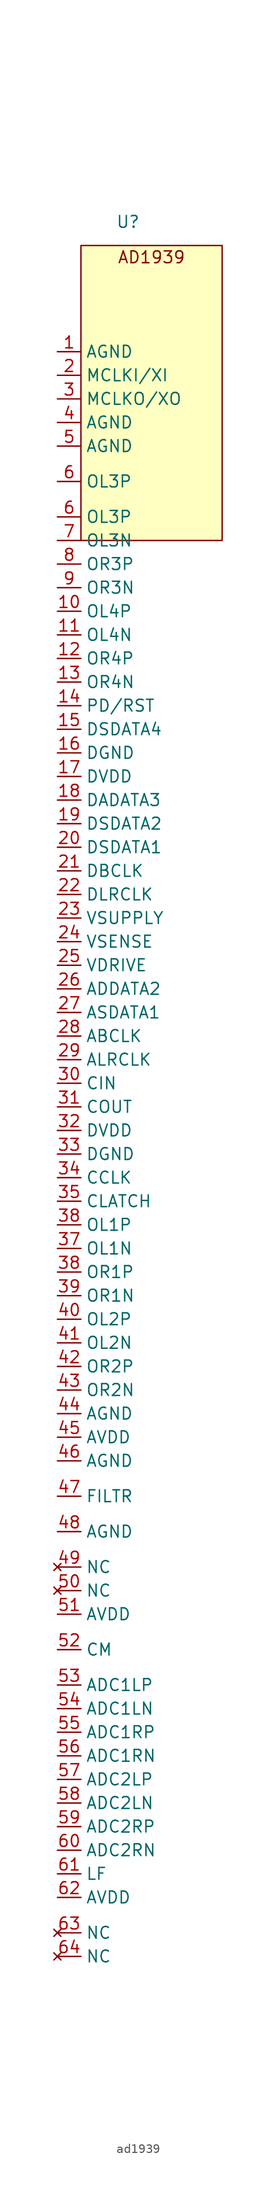
<source format=kicad_sym>
(kicad_symbol_lib
  (version 20220914)
  (generator kicad_symbol_editor)
  (symbol "ad1939"
    (property "Reference" "U"
      (at 0 0 0)
      (effects (font (size 1.27 1.27))))
    (property "Value" ""
      (at 0 0 0)
      (effects (font (size 1.27 1.27))))
    (symbol "ad1939_1_1"
      (rectangle (start -5.08 -2.54) (end 10.16 -34.29) (stroke (width 0) (type default)) (fill (type background)))
      (text "AD1939" (at 2.54 -3.81 0) (effects (font (size 1.27 1.27))))
      (pin input line (at -7.62 -13.97 0) (length 2.54) (name "AGND" (effects (font (size 1.27 1.27)))) (number "1" (effects (font (size 1.27 1.27)))))
      (pin output line (at -7.62 -41.91 0) (length 2.54) (name "OL4P" (effects (font (size 1.27 1.27)))) (number "10" (effects (font (size 1.27 1.27)))))
      (pin output line (at -7.62 -44.45 0) (length 2.54) (name "OL4N" (effects (font (size 1.27 1.27)))) (number "11" (effects (font (size 1.27 1.27)))))
      (pin output line (at -7.62 -46.99 0) (length 2.54) (name "OR4P" (effects (font (size 1.27 1.27)))) (number "12" (effects (font (size 1.27 1.27)))))
      (pin output line (at -7.62 -49.53 0) (length 2.54) (name "OR4N" (effects (font (size 1.27 1.27)))) (number "13" (effects (font (size 1.27 1.27)))))
      (pin input line (at -7.62 -52.07 0) (length 2.54) (name "PD/RST" (effects (font (size 1.27 1.27)))) (number "14" (effects (font (size 1.27 1.27)))))
      (pin bidirectional line (at -7.62 -54.61 0) (length 2.54) (name "DSDATA4" (effects (font (size 1.27 1.27)))) (number "15" (effects (font (size 1.27 1.27)))))
      (pin input line (at -7.62 -57.15 0) (length 2.54) (name "DGND" (effects (font (size 1.27 1.27)))) (number "16" (effects (font (size 1.27 1.27)))))
      (pin input line (at -7.62 -59.69 0) (length 2.54) (name "DVDD" (effects (font (size 1.27 1.27)))) (number "17" (effects (font (size 1.27 1.27)))))
      (pin bidirectional line (at -7.62 -62.23 0) (length 2.54) (name "DADATA3" (effects (font (size 1.27 1.27)))) (number "18" (effects (font (size 1.27 1.27)))))
      (pin bidirectional line (at -7.62 -64.77 0) (length 2.54) (name "DSDATA2" (effects (font (size 1.27 1.27)))) (number "19" (effects (font (size 1.27 1.27)))))
      (pin input line (at -7.62 -16.51 0) (length 2.54) (name "MCLKI/XI" (effects (font (size 1.27 1.27)))) (number "2" (effects (font (size 1.27 1.27)))))
      (pin input line (at -7.62 -67.31 0) (length 2.54) (name "DSDATA1" (effects (font (size 1.27 1.27)))) (number "20" (effects (font (size 1.27 1.27)))))
      (pin bidirectional line (at -7.62 -69.85 0) (length 2.54) (name "DBCLK" (effects (font (size 1.27 1.27)))) (number "21" (effects (font (size 1.27 1.27)))))
      (pin bidirectional line (at -7.62 -72.39 0) (length 2.54) (name "DLRCLK" (effects (font (size 1.27 1.27)))) (number "22" (effects (font (size 1.27 1.27)))))
      (pin input line (at -7.62 -74.93 0) (length 2.54) (name "VSUPPLY" (effects (font (size 1.27 1.27)))) (number "23" (effects (font (size 1.27 1.27)))))
      (pin input line (at -7.62 -77.47 0) (length 2.54) (name "VSENSE" (effects (font (size 1.27 1.27)))) (number "24" (effects (font (size 1.27 1.27)))))
      (pin output line (at -7.62 -80.01 0) (length 2.54) (name "VDRIVE" (effects (font (size 1.27 1.27)))) (number "25" (effects (font (size 1.27 1.27)))))
      (pin bidirectional line (at -7.62 -82.55 0) (length 2.54) (name "ADDATA2" (effects (font (size 1.27 1.27)))) (number "26" (effects (font (size 1.27 1.27)))))
      (pin output line (at -7.62 -85.09 0) (length 2.54) (name "ASDATA1" (effects (font (size 1.27 1.27)))) (number "27" (effects (font (size 1.27 1.27)))))
      (pin bidirectional line (at -7.62 -87.63 0) (length 2.54) (name "ABCLK" (effects (font (size 1.27 1.27)))) (number "28" (effects (font (size 1.27 1.27)))))
      (pin bidirectional line (at -7.62 -90.17 0) (length 2.54) (name "ALRCLK" (effects (font (size 1.27 1.27)))) (number "29" (effects (font (size 1.27 1.27)))))
      (pin output line (at -7.62 -19.05 0) (length 2.54) (name "MCLKO/XO" (effects (font (size 1.27 1.27)))) (number "3" (effects (font (size 1.27 1.27)))))
      (pin input line (at -7.62 -92.71 0) (length 2.54) (name "CIN" (effects (font (size 1.27 1.27)))) (number "30" (effects (font (size 1.27 1.27)))))
      (pin bidirectional line (at -7.62 -95.25 0) (length 2.54) (name "COUT" (effects (font (size 1.27 1.27)))) (number "31" (effects (font (size 1.27 1.27)))))
      (pin input line (at -7.62 -97.79 0) (length 2.54) (name "DVDD" (effects (font (size 1.27 1.27)))) (number "32" (effects (font (size 1.27 1.27)))))
      (pin input line (at -7.62 -100.33 0) (length 2.54) (name "DGND" (effects (font (size 1.27 1.27)))) (number "33" (effects (font (size 1.27 1.27)))))
      (pin input line (at -7.62 -102.87 0) (length 2.54) (name "CCLK" (effects (font (size 1.27 1.27)))) (number "34" (effects (font (size 1.27 1.27)))))
      (pin input line (at -7.62 -105.41 0) (length 2.54) (name "CLATCH" (effects (font (size 1.27 1.27)))) (number "35" (effects (font (size 1.27 1.27)))))
      (pin output line (at -7.62 -110.49 0) (length 2.54) (name "OL1N" (effects (font (size 1.27 1.27)))) (number "37" (effects (font (size 1.27 1.27)))))
      (pin output line (at -7.62 -107.95 0) (length 2.54) (name "OL1P" (effects (font (size 1.27 1.27)))) (number "38" (effects (font (size 1.27 1.27)))))
      (pin output line (at -7.62 -113.03 0) (length 2.54) (name "OR1P" (effects (font (size 1.27 1.27)))) (number "38" (effects (font (size 1.27 1.27)))))
      (pin output line (at -7.62 -115.57 0) (length 2.54) (name "OR1N" (effects (font (size 1.27 1.27)))) (number "39" (effects (font (size 1.27 1.27)))))
      (pin input line (at -7.62 -21.59 0) (length 2.54) (name "AGND" (effects (font (size 1.27 1.27)))) (number "4" (effects (font (size 1.27 1.27)))))
      (pin output line (at -7.62 -118.11 0) (length 2.54) (name "OL2P" (effects (font (size 1.27 1.27)))) (number "40" (effects (font (size 1.27 1.27)))))
      (pin output line (at -7.62 -120.65 0) (length 2.54) (name "OL2N" (effects (font (size 1.27 1.27)))) (number "41" (effects (font (size 1.27 1.27)))))
      (pin output line (at -7.62 -123.19 0) (length 2.54) (name "OR2P" (effects (font (size 1.27 1.27)))) (number "42" (effects (font (size 1.27 1.27)))))
      (pin output line (at -7.62 -125.73 0) (length 2.54) (name "OR2N" (effects (font (size 1.27 1.27)))) (number "43" (effects (font (size 1.27 1.27)))))
      (pin input line (at -7.62 -128.27 0) (length 2.54) (name "AGND" (effects (font (size 1.27 1.27)))) (number "44" (effects (font (size 1.27 1.27)))))
      (pin input line (at -7.62 -130.81 0) (length 2.54) (name "AVDD" (effects (font (size 1.27 1.27)))) (number "45" (effects (font (size 1.27 1.27)))))
      (pin input line (at -7.62 -133.35 0) (length 2.54) (name "AGND" (effects (font (size 1.27 1.27)))) (number "46" (effects (font (size 1.27 1.27)))))
      (pin output line (at -7.62 -137.16 0) (length 2.54) (name "FILTR" (effects (font (size 1.27 1.27)))) (number "47" (effects (font (size 1.27 1.27)))))
      (pin input line (at -7.62 -140.97 0) (length 2.54) (name "AGND" (effects (font (size 1.27 1.27)))) (number "48" (effects (font (size 1.27 1.27)))))
      (pin no_connect line (at -7.62 -144.78 0) (length 2.54) (name "NC" (effects (font (size 1.27 1.27)))) (number "49" (effects (font (size 1.27 1.27)))))
      (pin input line (at -7.62 -24.13 0) (length 2.54) (name "AGND" (effects (font (size 1.27 1.27)))) (number "5" (effects (font (size 1.27 1.27)))))
      (pin no_connect line (at -7.62 -147.32 0) (length 2.54) (name "NC" (effects (font (size 1.27 1.27)))) (number "50" (effects (font (size 1.27 1.27)))))
      (pin input line (at -7.62 -149.86 0) (length 2.54) (name "AVDD" (effects (font (size 1.27 1.27)))) (number "51" (effects (font (size 1.27 1.27)))))
      (pin output line (at -7.62 -153.67 0) (length 2.54) (name "CM" (effects (font (size 1.27 1.27)))) (number "52" (effects (font (size 1.27 1.27)))))
      (pin input line (at -7.62 -157.48 0) (length 2.54) (name "ADC1LP" (effects (font (size 1.27 1.27)))) (number "53" (effects (font (size 1.27 1.27)))))
      (pin input line (at -7.62 -160.02 0) (length 2.54) (name "ADC1LN" (effects (font (size 1.27 1.27)))) (number "54" (effects (font (size 1.27 1.27)))))
      (pin input line (at -7.62 -162.56 0) (length 2.54) (name "ADC1RP" (effects (font (size 1.27 1.27)))) (number "55" (effects (font (size 1.27 1.27)))))
      (pin input line (at -7.62 -165.1 0) (length 2.54) (name "ADC1RN" (effects (font (size 1.27 1.27)))) (number "56" (effects (font (size 1.27 1.27)))))
      (pin input line (at -7.62 -167.64 0) (length 2.54) (name "ADC2LP" (effects (font (size 1.27 1.27)))) (number "57" (effects (font (size 1.27 1.27)))))
      (pin input line (at -7.62 -170.18 0) (length 2.54) (name "ADC2LN" (effects (font (size 1.27 1.27)))) (number "58" (effects (font (size 1.27 1.27)))))
      (pin input line (at -7.62 -172.72 0) (length 2.54) (name "ADC2RP" (effects (font (size 1.27 1.27)))) (number "59" (effects (font (size 1.27 1.27)))))
      (pin output line (at -7.62 -31.75 0) (length 2.54) (name "OL3P" (effects (font (size 1.27 1.27)))) (number "6" (effects (font (size 1.27 1.27)))))
      (pin output line (at -7.62 -27.94 0) (length 2.54) (name "OL3P" (effects (font (size 1.27 1.27)))) (number "6" (effects (font (size 1.27 1.27)))))
      (pin input line (at -7.62 -175.26 0) (length 2.54) (name "ADC2RN" (effects (font (size 1.27 1.27)))) (number "60" (effects (font (size 1.27 1.27)))))
      (pin output line (at -7.62 -177.8 0) (length 2.54) (name "LF" (effects (font (size 1.27 1.27)))) (number "61" (effects (font (size 1.27 1.27)))))
      (pin input line (at -7.62 -180.34 0) (length 2.54) (name "AVDD" (effects (font (size 1.27 1.27)))) (number "62" (effects (font (size 1.27 1.27)))))
      (pin no_connect line (at -7.62 -184.15 0) (length 2.54) (name "NC" (effects (font (size 1.27 1.27)))) (number "63" (effects (font (size 1.27 1.27)))))
      (pin no_connect line (at -7.62 -186.69 0) (length 2.54) (name "NC" (effects (font (size 1.27 1.27)))) (number "64" (effects (font (size 1.27 1.27)))))
      (pin output line (at -7.62 -34.29 0) (length 2.54) (name "OL3N" (effects (font (size 1.27 1.27)))) (number "7" (effects (font (size 1.27 1.27)))))
      (pin output line (at -7.62 -36.83 0) (length 2.54) (name "OR3P" (effects (font (size 1.27 1.27)))) (number "8" (effects (font (size 1.27 1.27)))))
      (pin output line (at -7.62 -39.37 0) (length 2.54) (name "OR3N" (effects (font (size 1.27 1.27)))) (number "9" (effects (font (size 1.27 1.27))))))))
</source>
